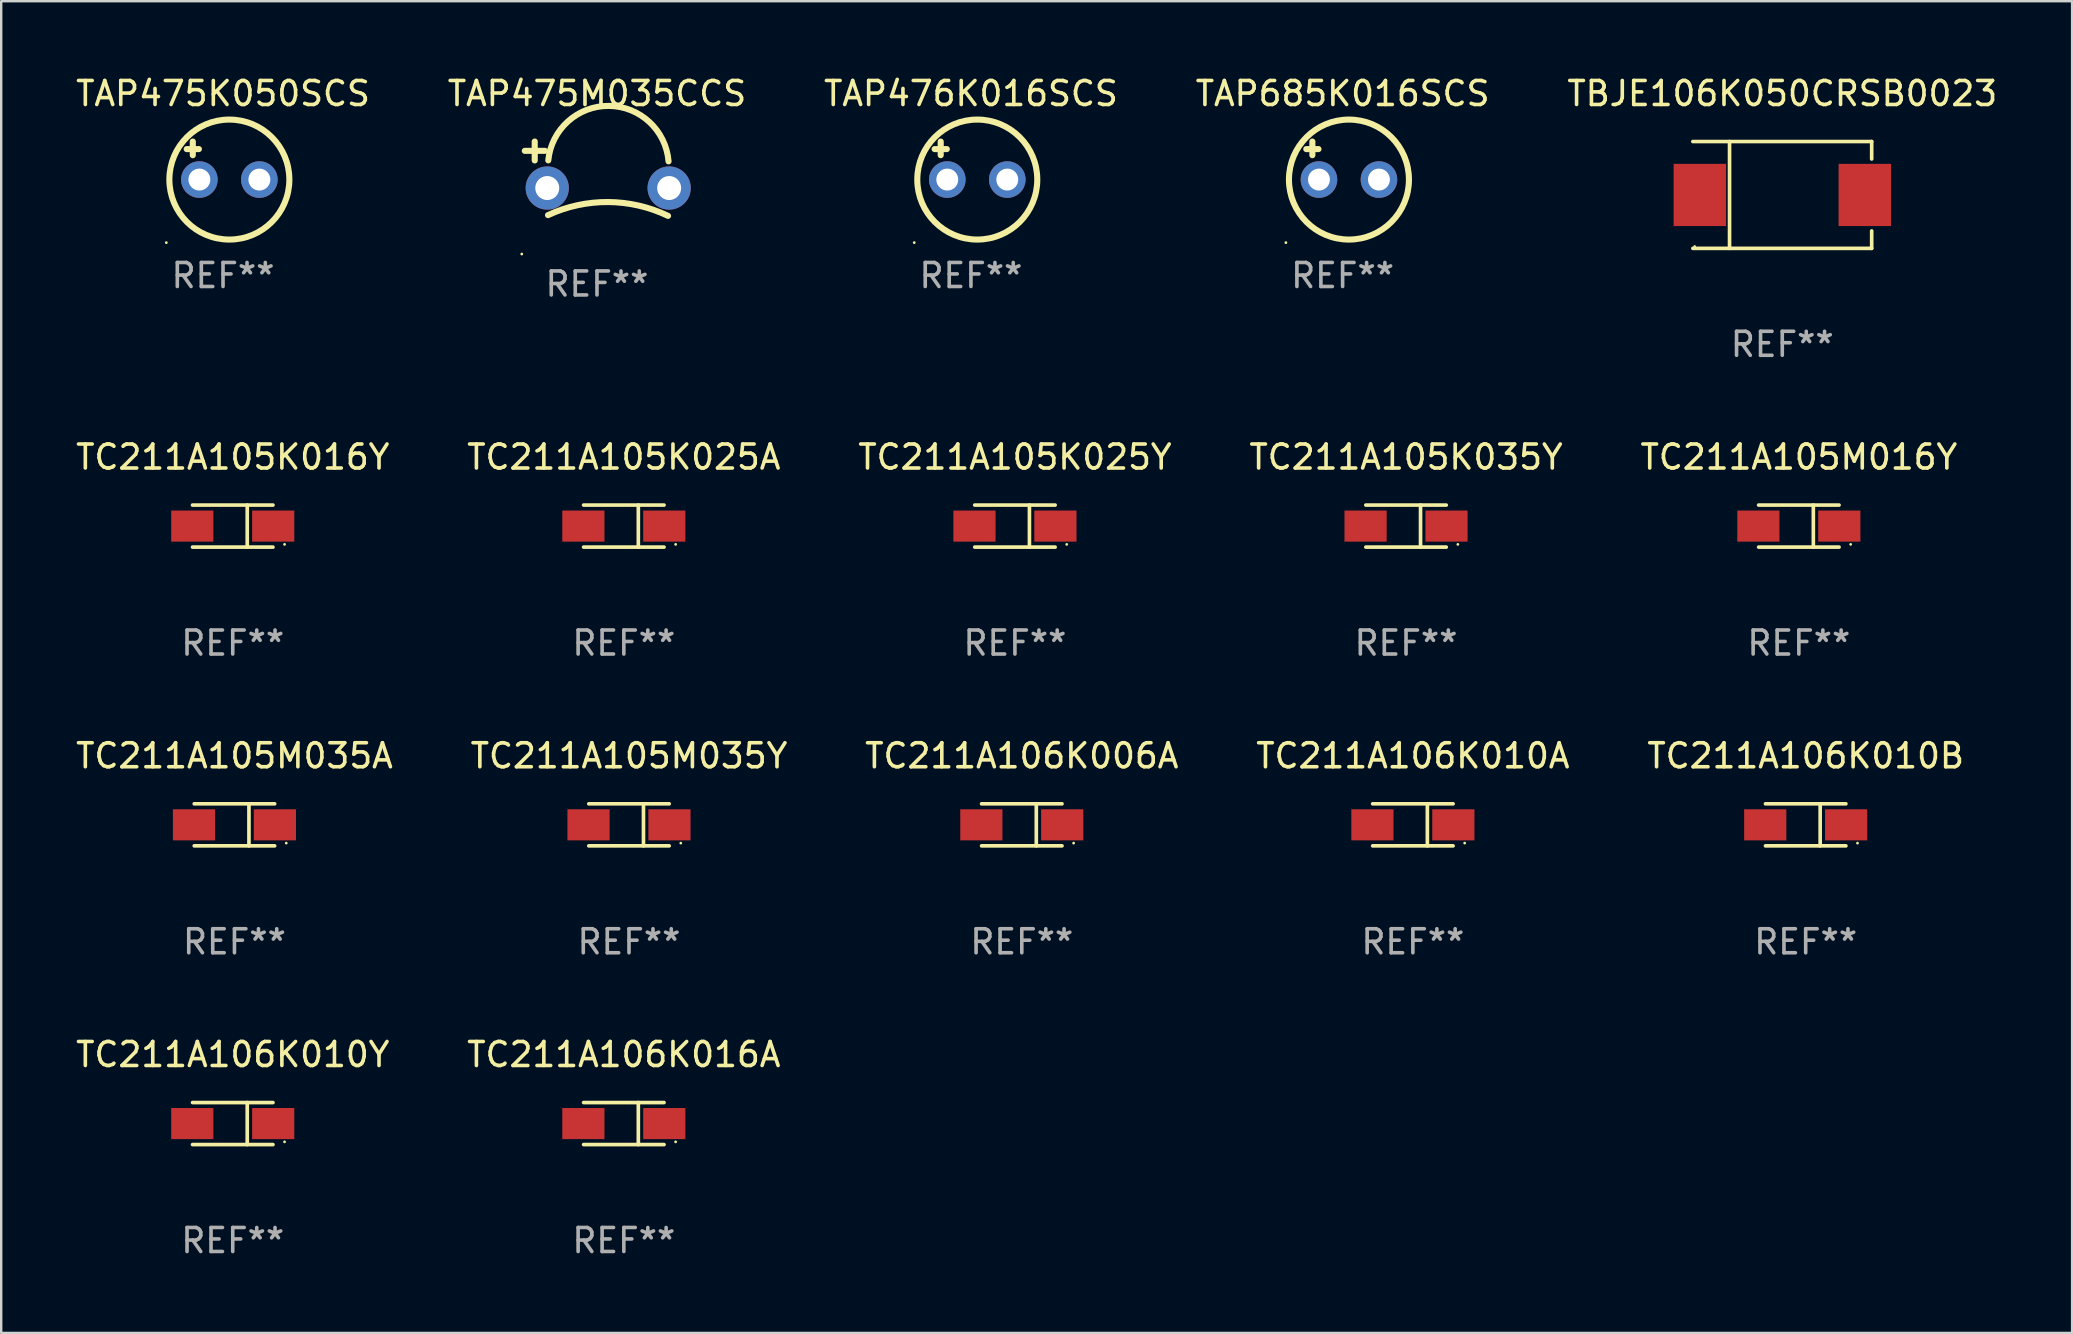
<source format=kicad_pcb>
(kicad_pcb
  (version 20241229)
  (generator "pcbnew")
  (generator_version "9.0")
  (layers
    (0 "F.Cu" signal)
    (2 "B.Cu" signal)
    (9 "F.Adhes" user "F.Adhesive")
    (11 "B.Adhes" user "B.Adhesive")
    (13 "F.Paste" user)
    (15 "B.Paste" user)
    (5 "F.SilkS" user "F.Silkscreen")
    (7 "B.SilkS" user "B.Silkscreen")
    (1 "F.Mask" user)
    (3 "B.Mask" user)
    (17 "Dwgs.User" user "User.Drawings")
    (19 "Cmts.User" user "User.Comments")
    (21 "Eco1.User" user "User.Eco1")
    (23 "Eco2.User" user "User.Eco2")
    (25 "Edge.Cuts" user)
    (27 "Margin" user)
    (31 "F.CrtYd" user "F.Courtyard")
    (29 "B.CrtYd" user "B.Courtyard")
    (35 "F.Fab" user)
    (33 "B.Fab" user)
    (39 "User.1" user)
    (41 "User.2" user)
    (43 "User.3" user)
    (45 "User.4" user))
  (footprint "TAP475K050SCS"
    (layer "F.Cu")
    (at 6.244 3.641)
    (property "Reference" "TAP475K050SCS" (at 0 -2.792 0) (layer "F.SilkS") (effects (font (size 1 1) (thickness 0.15))))
    (attr through_hole)
    (fp_line (start -1.514 -0.478) (end -1.006 -0.478) (stroke (width 0.254) (type solid)) (layer "F.SilkS"))
    (fp_line (start -1.26 -0.792) (end -1.26 -0.224) (stroke (width 0.254) (type solid)) (layer "F.SilkS"))
    (fp_circle (center -2.363 3.42) (end -2.333 3.42) (stroke (width 0.06) (type solid)) (fill no) (layer "F.SilkS"))
    (fp_circle (center 0.264 0.792) (end 2.764 0.792) (stroke (width 0.254) (type solid)) (fill no) (layer "F.SilkS"))
    (fp_text user "REF**" (at 0 4.792 0) (layer "F.Fab") (effects (font (size 1 1) (thickness 0.15))))
    (pad "1" thru_hole circle (at -0.986 0.792) (size 1.524 1.524) (drill 0.914) (layers "*.Cu" "*.Mask"))
    (pad "2" thru_hole circle (at 1.514 0.792) (size 1.524 1.524) (drill 0.914) (layers "*.Cu" "*.Mask")))
  (footprint "TC211A105M035Y"
    (layer "F.Cu")
    (at 23.161 31.322)
    (property "Reference" "TC211A105M035Y" (at 0 -2.876 0) (layer "F.SilkS") (effects (font (size 1 1) (thickness 0.15))))
    (attr through_hole)
    (fp_line (start -1.676 -0.876) (end 1.676 -0.876) (stroke (width 0.152) (type solid)) (layer "F.SilkS"))
    (fp_line (start -1.676 0.876) (end 1.676 0.876) (stroke (width 0.152) (type solid)) (layer "F.SilkS"))
    (fp_line (start 0.604 -0.876) (end 0.604 0.876) (stroke (width 0.152) (type solid)) (layer "F.SilkS"))
    (fp_circle (center 2.159 0.762) (end 2.189 0.762) (stroke (width 0.06) (type solid)) (fill no) (layer "F.SilkS"))
    (fp_text user "REF**" (at 0 4.876 0) (layer "F.Fab") (effects (font (size 1 1) (thickness 0.15))))
    (pad "1" smd rect (at 1.686 0) (size 1.758 1.296) (layers "F.Cu" "F.Mask" "F.Paste"))
    (pad "2" smd rect (at -1.686 0) (size 1.758 1.296) (layers "F.Cu" "F.Mask" "F.Paste")))
  (footprint "TC211A106K010A"
    (layer "F.Cu")
    (at 55.827 31.322)
    (property "Reference" "TC211A106K010A" (at 0 -2.876 0) (layer "F.SilkS") (effects (font (size 1 1) (thickness 0.15))))
    (attr through_hole)
    (fp_line (start -1.676 -0.876) (end 1.676 -0.876) (stroke (width 0.152) (type solid)) (layer "F.SilkS"))
    (fp_line (start -1.676 0.876) (end 1.676 0.876) (stroke (width 0.152) (type solid)) (layer "F.SilkS"))
    (fp_line (start 0.604 -0.876) (end 0.604 0.876) (stroke (width 0.152) (type solid)) (layer "F.SilkS"))
    (fp_circle (center 2.159 0.762) (end 2.189 0.762) (stroke (width 0.06) (type solid)) (fill no) (layer "F.SilkS"))
    (fp_text user "REF**" (at 0 4.876 0) (layer "F.Fab") (effects (font (size 1 1) (thickness 0.15))))
    (pad "1" smd rect (at 1.686 0) (size 1.758 1.296) (layers "F.Cu" "F.Mask" "F.Paste"))
    (pad "2" smd rect (at -1.686 0) (size 1.758 1.296) (layers "F.Cu" "F.Mask" "F.Paste")))
  (footprint "TAP476K016SCS"
    (layer "F.Cu")
    (at 37.411 3.641)
    (property "Reference" "TAP476K016SCS" (at 0 -2.792 0) (layer "F.SilkS") (effects (font (size 1 1) (thickness 0.15))))
    (attr through_hole)
    (fp_line (start -1.514 -0.478) (end -1.006 -0.478) (stroke (width 0.254) (type solid)) (layer "F.SilkS"))
    (fp_line (start -1.26 -0.792) (end -1.26 -0.224) (stroke (width 0.254) (type solid)) (layer "F.SilkS"))
    (fp_circle (center -2.363 3.42) (end -2.333 3.42) (stroke (width 0.06) (type solid)) (fill no) (layer "F.SilkS"))
    (fp_circle (center 0.264 0.792) (end 2.764 0.792) (stroke (width 0.254) (type solid)) (fill no) (layer "F.SilkS"))
    (fp_text user "REF**" (at 0 4.792 0) (layer "F.Fab") (effects (font (size 1 1) (thickness 0.15))))
    (pad "1" thru_hole circle (at -0.986 0.792) (size 1.524 1.524) (drill 0.914) (layers "*.Cu" "*.Mask"))
    (pad "2" thru_hole circle (at 1.514 0.792) (size 1.524 1.524) (drill 0.914) (layers "*.Cu" "*.Mask")))
  (footprint "TBJE106K050CRSB0023"
    (layer "F.Cu")
    (at 71.22 5.074)
    (property "Reference" "TBJE106K050CRSB0023" (at 0 -4.226 0) (layer "F.SilkS") (effects (font (size 1 1) (thickness 0.15))))
    (attr through_hole)
    (fp_line (start -3.726 -2.226) (end 3.726 -2.226) (stroke (width 0.152) (type solid)) (layer "F.SilkS"))
    (fp_line (start -3.726 2.226) (end 3.726 2.226) (stroke (width 0.152) (type solid)) (layer "F.SilkS"))
    (fp_line (start -2.197 -2.226) (end -2.197 2.226) (stroke (width 0.152) (type solid)) (layer "F.SilkS"))
    (fp_line (start 3.726 -2.226) (end 3.726 -1.499) (stroke (width 0.152) (type solid)) (layer "F.SilkS"))
    (fp_line (start 3.726 2.226) (end 3.726 1.499) (stroke (width 0.152) (type solid)) (layer "F.SilkS"))
    (fp_circle (center -3.65 2.15) (end -3.62 2.15) (stroke (width 0.06) (type solid)) (fill no) (layer "F.SilkS"))
    (fp_text user "REF**" (at 0 6.226 0) (layer "F.Fab") (effects (font (size 1 1) (thickness 0.15))))
    (pad "1" smd rect (at -3.434 0 180) (size 2.185 2.592) (layers "F.Cu" "F.Mask" "F.Paste"))
    (pad "2" smd rect (at 3.439 0 180) (size 2.185 2.592) (layers "F.Cu" "F.Mask" "F.Paste")))
  (footprint "TC211A105K025Y"
    (layer "F.Cu")
    (at 39.244 18.873)
    (property "Reference" "TC211A105K025Y" (at 0 -2.876 0) (layer "F.SilkS") (effects (font (size 1 1) (thickness 0.15))))
    (attr through_hole)
    (fp_line (start -1.676 -0.876) (end 1.676 -0.876) (stroke (width 0.152) (type solid)) (layer "F.SilkS"))
    (fp_line (start -1.676 0.876) (end 1.676 0.876) (stroke (width 0.152) (type solid)) (layer "F.SilkS"))
    (fp_line (start 0.604 -0.876) (end 0.604 0.876) (stroke (width 0.152) (type solid)) (layer "F.SilkS"))
    (fp_circle (center 2.159 0.762) (end 2.189 0.762) (stroke (width 0.06) (type solid)) (fill no) (layer "F.SilkS"))
    (fp_text user "REF**" (at 0 4.876 0) (layer "F.Fab") (effects (font (size 1 1) (thickness 0.15))))
    (pad "1" smd rect (at 1.686 0) (size 1.758 1.296) (layers "F.Cu" "F.Mask" "F.Paste"))
    (pad "2" smd rect (at -1.686 0) (size 1.758 1.296) (layers "F.Cu" "F.Mask" "F.Paste")))
  (footprint "TC211A105K016Y"
    (layer "F.Cu")
    (at 6.649 18.873)
    (property "Reference" "TC211A105K016Y" (at 0 -2.876 0) (layer "F.SilkS") (effects (font (size 1 1) (thickness 0.15))))
    (attr through_hole)
    (fp_line (start -1.676 -0.876) (end 1.676 -0.876) (stroke (width 0.152) (type solid)) (layer "F.SilkS"))
    (fp_line (start -1.676 0.876) (end 1.676 0.876) (stroke (width 0.152) (type solid)) (layer "F.SilkS"))
    (fp_line (start 0.604 -0.876) (end 0.604 0.876) (stroke (width 0.152) (type solid)) (layer "F.SilkS"))
    (fp_circle (center 2.159 0.762) (end 2.189 0.762) (stroke (width 0.06) (type solid)) (fill no) (layer "F.SilkS"))
    (fp_text user "REF**" (at 0 4.876 0) (layer "F.Fab") (effects (font (size 1 1) (thickness 0.15))))
    (pad "1" smd rect (at 1.686 0) (size 1.758 1.296) (layers "F.Cu" "F.Mask" "F.Paste"))
    (pad "2" smd rect (at -1.686 0) (size 1.758 1.296) (layers "F.Cu" "F.Mask" "F.Paste")))
  (footprint "TC211A106K010B"
    (layer "F.Cu")
    (at 72.196 31.322)
    (property "Reference" "TC211A106K010B" (at 0 -2.876 0) (layer "F.SilkS") (effects (font (size 1 1) (thickness 0.15))))
    (attr through_hole)
    (fp_line (start -1.676 -0.876) (end 1.676 -0.876) (stroke (width 0.152) (type solid)) (layer "F.SilkS"))
    (fp_line (start -1.676 0.876) (end 1.676 0.876) (stroke (width 0.152) (type solid)) (layer "F.SilkS"))
    (fp_line (start 0.604 -0.876) (end 0.604 0.876) (stroke (width 0.152) (type solid)) (layer "F.SilkS"))
    (fp_circle (center 2.159 0.762) (end 2.189 0.762) (stroke (width 0.06) (type solid)) (fill no) (layer "F.SilkS"))
    (fp_text user "REF**" (at 0 4.876 0) (layer "F.Fab") (effects (font (size 1 1) (thickness 0.15))))
    (pad "1" smd rect (at 1.686 0) (size 1.758 1.296) (layers "F.Cu" "F.Mask" "F.Paste"))
    (pad "2" smd rect (at -1.686 0) (size 1.758 1.296) (layers "F.Cu" "F.Mask" "F.Paste")))
  (footprint "TAP685K016SCS"
    (layer "F.Cu")
    (at 52.899 3.641)
    (property "Reference" "TAP685K016SCS" (at 0 -2.792 0) (layer "F.SilkS") (effects (font (size 1 1) (thickness 0.15))))
    (attr through_hole)
    (fp_line (start -1.514 -0.478) (end -1.006 -0.478) (stroke (width 0.254) (type solid)) (layer "F.SilkS"))
    (fp_line (start -1.26 -0.792) (end -1.26 -0.224) (stroke (width 0.254) (type solid)) (layer "F.SilkS"))
    (fp_circle (center -2.363 3.42) (end -2.333 3.42) (stroke (width 0.06) (type solid)) (fill no) (layer "F.SilkS"))
    (fp_circle (center 0.264 0.792) (end 2.764 0.792) (stroke (width 0.254) (type solid)) (fill no) (layer "F.SilkS"))
    (fp_text user "REF**" (at 0 4.792 0) (layer "F.Fab") (effects (font (size 1 1) (thickness 0.15))))
    (pad "1" thru_hole circle (at -0.986 0.792) (size 1.524 1.524) (drill 0.914) (layers "*.Cu" "*.Mask"))
    (pad "2" thru_hole circle (at 1.514 0.792) (size 1.524 1.524) (drill 0.914) (layers "*.Cu" "*.Mask")))
  (footprint "TC211A105M035A"
    (layer "F.Cu")
    (at 6.72 31.322)
    (property "Reference" "TC211A105M035A" (at 0 -2.876 0) (layer "F.SilkS") (effects (font (size 1 1) (thickness 0.15))))
    (attr through_hole)
    (fp_line (start -1.676 -0.876) (end 1.676 -0.876) (stroke (width 0.152) (type solid)) (layer "F.SilkS"))
    (fp_line (start -1.676 0.876) (end 1.676 0.876) (stroke (width 0.152) (type solid)) (layer "F.SilkS"))
    (fp_line (start 0.604 -0.876) (end 0.604 0.876) (stroke (width 0.152) (type solid)) (layer "F.SilkS"))
    (fp_circle (center 2.159 0.762) (end 2.189 0.762) (stroke (width 0.06) (type solid)) (fill no) (layer "F.SilkS"))
    (fp_text user "REF**" (at 0 4.876 0) (layer "F.Fab") (effects (font (size 1 1) (thickness 0.15))))
    (pad "1" smd rect (at 1.686 0) (size 1.758 1.296) (layers "F.Cu" "F.Mask" "F.Paste"))
    (pad "2" smd rect (at -1.686 0) (size 1.758 1.296) (layers "F.Cu" "F.Mask" "F.Paste")))
  (footprint "TC211A106K016A"
    (layer "F.Cu")
    (at 22.946 43.771)
    (property "Reference" "TC211A106K016A" (at 0 -2.876 0) (layer "F.SilkS") (effects (font (size 1 1) (thickness 0.15))))
    (attr through_hole)
    (fp_line (start -1.676 -0.876) (end 1.676 -0.876) (stroke (width 0.152) (type solid)) (layer "F.SilkS"))
    (fp_line (start -1.676 0.876) (end 1.676 0.876) (stroke (width 0.152) (type solid)) (layer "F.SilkS"))
    (fp_line (start 0.604 -0.876) (end 0.604 0.876) (stroke (width 0.152) (type solid)) (layer "F.SilkS"))
    (fp_circle (center 2.159 0.762) (end 2.189 0.762) (stroke (width 0.06) (type solid)) (fill no) (layer "F.SilkS"))
    (fp_text user "REF**" (at 0 4.876 0) (layer "F.Fab") (effects (font (size 1 1) (thickness 0.15))))
    (pad "1" smd rect (at 1.686 0) (size 1.758 1.296) (layers "F.Cu" "F.Mask" "F.Paste"))
    (pad "2" smd rect (at -1.686 0) (size 1.758 1.296) (layers "F.Cu" "F.Mask" "F.Paste")))
  (footprint "TC211A106K010Y"
    (layer "F.Cu")
    (at 6.649 43.771)
    (property "Reference" "TC211A106K010Y" (at 0 -2.876 0) (layer "F.SilkS") (effects (font (size 1 1) (thickness 0.15))))
    (attr through_hole)
    (fp_line (start -1.676 -0.876) (end 1.676 -0.876) (stroke (width 0.152) (type solid)) (layer "F.SilkS"))
    (fp_line (start -1.676 0.876) (end 1.676 0.876) (stroke (width 0.152) (type solid)) (layer "F.SilkS"))
    (fp_line (start 0.604 -0.876) (end 0.604 0.876) (stroke (width 0.152) (type solid)) (layer "F.SilkS"))
    (fp_circle (center 2.159 0.762) (end 2.189 0.762) (stroke (width 0.06) (type solid)) (fill no) (layer "F.SilkS"))
    (fp_text user "REF**" (at 0 4.876 0) (layer "F.Fab") (effects (font (size 1 1) (thickness 0.15))))
    (pad "1" smd rect (at 1.686 0) (size 1.758 1.296) (layers "F.Cu" "F.Mask" "F.Paste"))
    (pad "2" smd rect (at -1.686 0) (size 1.758 1.296) (layers "F.Cu" "F.Mask" "F.Paste")))
  (footprint "TC211A105M016Y"
    (layer "F.Cu")
    (at 71.911 18.873)
    (property "Reference" "TC211A105M016Y" (at 0 -2.876 0) (layer "F.SilkS") (effects (font (size 1 1) (thickness 0.15))))
    (attr through_hole)
    (fp_line (start -1.676 -0.876) (end 1.676 -0.876) (stroke (width 0.152) (type solid)) (layer "F.SilkS"))
    (fp_line (start -1.676 0.876) (end 1.676 0.876) (stroke (width 0.152) (type solid)) (layer "F.SilkS"))
    (fp_line (start 0.604 -0.876) (end 0.604 0.876) (stroke (width 0.152) (type solid)) (layer "F.SilkS"))
    (fp_circle (center 2.159 0.762) (end 2.189 0.762) (stroke (width 0.06) (type solid)) (fill no) (layer "F.SilkS"))
    (fp_text user "REF**" (at 0 4.876 0) (layer "F.Fab") (effects (font (size 1 1) (thickness 0.15))))
    (pad "1" smd rect (at 1.686 0) (size 1.758 1.296) (layers "F.Cu" "F.Mask" "F.Paste"))
    (pad "2" smd rect (at -1.686 0) (size 1.758 1.296) (layers "F.Cu" "F.Mask" "F.Paste")))
  (footprint "TAP475M035CCS"
    (layer "F.Cu")
    (at 21.827 3.817)
    (property "Reference" "TAP475M035CCS" (at 0 -2.969 0) (layer "F.SilkS") (effects (font (size 1 1) (thickness 0.15))))
    (attr through_hole)
    (fp_line (start -2.594 -0.181) (end -2.594 -0.969) (stroke (width 0.254) (type solid)) (layer "F.SilkS"))
    (fp_line (start -2.169 -0.581) (end -3.008 -0.581) (stroke (width 0.254) (type solid)) (layer "F.SilkS"))
    (fp_arc (start -2.040361 2.097054) (mid 0.463836 1.552359) (end 2.96101 2.128397) (stroke (width 0.254001) (type solid)) (layer "F.SilkS"))
    (fp_arc (start -2.029109 -0.184379) (mid 0.495423 -2.454342) (end 2.982576 -0.143485) (stroke (width 0.254001) (type solid)) (layer "F.SilkS"))
    (fp_circle (center -3.134 3.719) (end -3.104 3.719) (stroke (width 0.06) (type solid)) (fill no) (layer "F.SilkS"))
    (fp_text user "REF**" (at 0 4.969 0) (layer "F.Fab") (effects (font (size 1 1) (thickness 0.15))))
    (pad "1" thru_hole circle (at -2.072 0.969) (size 1.8 1.8) (drill 1) (layers "*.Cu" "*.Mask"))
    (pad "2" thru_hole circle (at 3.008 0.969) (size 1.8 1.8) (drill 1) (layers "*.Cu" "*.Mask")))
  (footprint "TC211A106K006A"
    (layer "F.Cu")
    (at 39.53 31.322)
    (property "Reference" "TC211A106K006A" (at 0 -2.876 0) (layer "F.SilkS") (effects (font (size 1 1) (thickness 0.15))))
    (attr through_hole)
    (fp_line (start -1.676 -0.876) (end 1.676 -0.876) (stroke (width 0.152) (type solid)) (layer "F.SilkS"))
    (fp_line (start -1.676 0.876) (end 1.676 0.876) (stroke (width 0.152) (type solid)) (layer "F.SilkS"))
    (fp_line (start 0.604 -0.876) (end 0.604 0.876) (stroke (width 0.152) (type solid)) (layer "F.SilkS"))
    (fp_circle (center 2.159 0.762) (end 2.189 0.762) (stroke (width 0.06) (type solid)) (fill no) (layer "F.SilkS"))
    (fp_text user "REF**" (at 0 4.876 0) (layer "F.Fab") (effects (font (size 1 1) (thickness 0.15))))
    (pad "1" smd rect (at 1.686 0) (size 1.758 1.296) (layers "F.Cu" "F.Mask" "F.Paste"))
    (pad "2" smd rect (at -1.686 0) (size 1.758 1.296) (layers "F.Cu" "F.Mask" "F.Paste")))
  (footprint "TC211A105K035Y"
    (layer "F.Cu")
    (at 55.542 18.873)
    (property "Reference" "TC211A105K035Y" (at 0 -2.876 0) (layer "F.SilkS") (effects (font (size 1 1) (thickness 0.15))))
    (attr through_hole)
    (fp_line (start -1.676 -0.876) (end 1.676 -0.876) (stroke (width 0.152) (type solid)) (layer "F.SilkS"))
    (fp_line (start -1.676 0.876) (end 1.676 0.876) (stroke (width 0.152) (type solid)) (layer "F.SilkS"))
    (fp_line (start 0.604 -0.876) (end 0.604 0.876) (stroke (width 0.152) (type solid)) (layer "F.SilkS"))
    (fp_circle (center 2.159 0.762) (end 2.189 0.762) (stroke (width 0.06) (type solid)) (fill no) (layer "F.SilkS"))
    (fp_text user "REF**" (at 0 4.876 0) (layer "F.Fab") (effects (font (size 1 1) (thickness 0.15))))
    (pad "1" smd rect (at 1.686 0) (size 1.758 1.296) (layers "F.Cu" "F.Mask" "F.Paste"))
    (pad "2" smd rect (at -1.686 0) (size 1.758 1.296) (layers "F.Cu" "F.Mask" "F.Paste")))
  (footprint "TC211A105K025A"
    (layer "F.Cu")
    (at 22.946 18.873)
    (property "Reference" "TC211A105K025A" (at 0 -2.876 0) (layer "F.SilkS") (effects (font (size 1 1) (thickness 0.15))))
    (attr through_hole)
    (fp_line (start -1.676 -0.876) (end 1.676 -0.876) (stroke (width 0.152) (type solid)) (layer "F.SilkS"))
    (fp_line (start -1.676 0.876) (end 1.676 0.876) (stroke (width 0.152) (type solid)) (layer "F.SilkS"))
    (fp_line (start 0.604 -0.876) (end 0.604 0.876) (stroke (width 0.152) (type solid)) (layer "F.SilkS"))
    (fp_circle (center 2.159 0.762) (end 2.189 0.762) (stroke (width 0.06) (type solid)) (fill no) (layer "F.SilkS"))
    (fp_text user "REF**" (at 0 4.876 0) (layer "F.Fab") (effects (font (size 1 1) (thickness 0.15))))
    (pad "1" smd rect (at 1.686 0) (size 1.758 1.296) (layers "F.Cu" "F.Mask" "F.Paste"))
    (pad "2" smd rect (at -1.686 0) (size 1.758 1.296) (layers "F.Cu" "F.Mask" "F.Paste")))
  (gr_rect
    (start -3 -3)
    (end 83.298 52.496)
    (stroke (width 0.1) (type default))
    (fill no)
    (layer "Edge.Cuts")))
</source>
